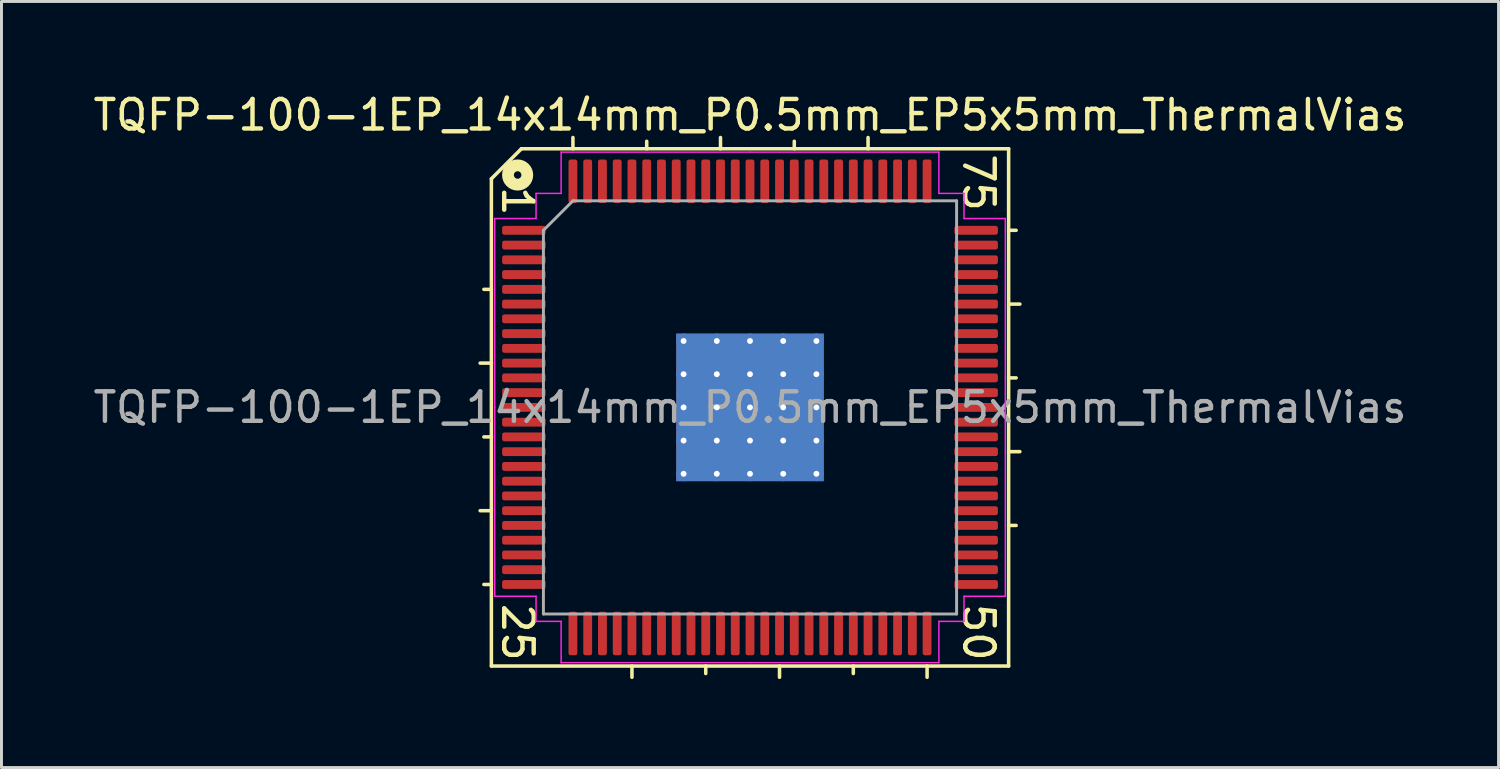
<source format=kicad_pcb>
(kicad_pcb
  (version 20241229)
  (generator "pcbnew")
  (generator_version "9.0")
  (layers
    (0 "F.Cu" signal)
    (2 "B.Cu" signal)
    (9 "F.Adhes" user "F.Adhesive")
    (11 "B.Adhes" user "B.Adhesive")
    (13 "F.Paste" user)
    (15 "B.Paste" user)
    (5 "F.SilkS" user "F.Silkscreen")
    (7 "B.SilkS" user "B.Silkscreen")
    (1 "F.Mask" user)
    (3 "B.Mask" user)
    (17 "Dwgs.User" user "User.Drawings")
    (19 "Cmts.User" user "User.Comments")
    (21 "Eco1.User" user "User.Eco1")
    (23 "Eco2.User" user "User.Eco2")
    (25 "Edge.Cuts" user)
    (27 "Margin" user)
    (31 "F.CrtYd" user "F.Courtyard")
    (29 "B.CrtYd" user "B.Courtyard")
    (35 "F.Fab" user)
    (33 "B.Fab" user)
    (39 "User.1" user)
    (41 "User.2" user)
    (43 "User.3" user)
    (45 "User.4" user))
  (footprint "TQFP-100-1EP_14x14mm_P0.5mm_EP5x5mm_ThermalVias"
    (layer "F.Cu")
    (at 22.363 10.754)
    (property "Reference" "TQFP-100-1EP_14x14mm_P0.5mm_EP5x5mm_ThermalVias" (at 0 -9.906 0) (layer "F.SilkS") (effects (font (size 1 1) (thickness 0.15))))
    (attr smd)
    (fp_line (start -8.763 -7.747) (end -8.763 8.763) (stroke (width 0.12) (type solid)) (layer "F.SilkS"))
    (fp_line (start -8.763 -4) (end -9.017 -4) (stroke (width 0.12) (type solid)) (layer "F.SilkS"))
    (fp_line (start -8.763 -1.5) (end -9.144 -1.5) (stroke (width 0.12) (type solid)) (layer "F.SilkS"))
    (fp_line (start -8.763 1) (end -9.017 1) (stroke (width 0.12) (type solid)) (layer "F.SilkS"))
    (fp_line (start -8.763 3.5) (end -9.144 3.5) (stroke (width 0.12) (type solid)) (layer "F.SilkS"))
    (fp_line (start -8.763 6) (end -9.017 6) (stroke (width 0.12) (type solid)) (layer "F.SilkS"))
    (fp_line (start -8.763 8.763) (end 8.763 8.763) (stroke (width 0.12) (type solid)) (layer "F.SilkS"))
    (fp_line (start -7.747 -8.763) (end -8.763 -7.747) (stroke (width 0.12) (type solid)) (layer "F.SilkS"))
    (fp_line (start -6 -8.763) (end -6 -9.144) (stroke (width 0.12) (type solid)) (layer "F.SilkS"))
    (fp_line (start -4 8.763) (end -4 9.144) (stroke (width 0.12) (type solid)) (layer "F.SilkS"))
    (fp_line (start -3.5 -8.763) (end -3.5 -9.017) (stroke (width 0.12) (type solid)) (layer "F.SilkS"))
    (fp_line (start -1.5 8.763) (end -1.5 9.017) (stroke (width 0.12) (type solid)) (layer "F.SilkS"))
    (fp_line (start -1 -8.763) (end -1 -9.144) (stroke (width 0.12) (type solid)) (layer "F.SilkS"))
    (fp_line (start 1 8.763) (end 1 9.144) (stroke (width 0.12) (type solid)) (layer "F.SilkS"))
    (fp_line (start 1.5 -8.763) (end 1.5 -9.017) (stroke (width 0.12) (type solid)) (layer "F.SilkS"))
    (fp_line (start 3.5 8.763) (end 3.5 9.017) (stroke (width 0.12) (type solid)) (layer "F.SilkS"))
    (fp_line (start 4 -8.763) (end 4 -9.144) (stroke (width 0.12) (type solid)) (layer "F.SilkS"))
    (fp_line (start 6 8.763) (end 6 9.144) (stroke (width 0.12) (type solid)) (layer "F.SilkS"))
    (fp_line (start 8.763 -8.763) (end -7.747 -8.763) (stroke (width 0.12) (type solid)) (layer "F.SilkS"))
    (fp_line (start 8.763 -6) (end 9.017 -6) (stroke (width 0.12) (type solid)) (layer "F.SilkS"))
    (fp_line (start 8.763 -3.5) (end 9.144 -3.5) (stroke (width 0.12) (type solid)) (layer "F.SilkS"))
    (fp_line (start 8.763 -1) (end 9.017 -1) (stroke (width 0.12) (type solid)) (layer "F.SilkS"))
    (fp_line (start 8.763 1.5) (end 9.144 1.5) (stroke (width 0.12) (type solid)) (layer "F.SilkS"))
    (fp_line (start 8.763 4) (end 9.017 4) (stroke (width 0.12) (type solid)) (layer "F.SilkS"))
    (fp_line (start 8.763 8.763) (end 8.763 -8.763) (stroke (width 0.12) (type solid)) (layer "F.SilkS"))
    (fp_circle (center -7.874 -7.874) (end -7.747 -7.874) (stroke (width 0.4) (type solid)) (fill no) (layer "F.SilkS"))
    (fp_line (start -8.65 -6.4) (end -8.65 0) (stroke (width 0.05) (type solid)) (layer "F.CrtYd"))
    (fp_line (start -8.65 6.4) (end -8.65 0) (stroke (width 0.05) (type solid)) (layer "F.CrtYd"))
    (fp_line (start -7.25 -7.25) (end -7.25 -6.4) (stroke (width 0.05) (type solid)) (layer "F.CrtYd"))
    (fp_line (start -7.25 -6.4) (end -8.65 -6.4) (stroke (width 0.05) (type solid)) (layer "F.CrtYd"))
    (fp_line (start -7.25 6.4) (end -8.65 6.4) (stroke (width 0.05) (type solid)) (layer "F.CrtYd"))
    (fp_line (start -7.25 7.25) (end -7.25 6.4) (stroke (width 0.05) (type solid)) (layer "F.CrtYd"))
    (fp_line (start -6.4 -8.65) (end -6.4 -7.25) (stroke (width 0.05) (type solid)) (layer "F.CrtYd"))
    (fp_line (start -6.4 -7.25) (end -7.25 -7.25) (stroke (width 0.05) (type solid)) (layer "F.CrtYd"))
    (fp_line (start -6.4 7.25) (end -7.25 7.25) (stroke (width 0.05) (type solid)) (layer "F.CrtYd"))
    (fp_line (start -6.4 8.65) (end -6.4 7.25) (stroke (width 0.05) (type solid)) (layer "F.CrtYd"))
    (fp_line (start 0 -8.65) (end -6.4 -8.65) (stroke (width 0.05) (type solid)) (layer "F.CrtYd"))
    (fp_line (start 0 -8.65) (end 6.4 -8.65) (stroke (width 0.05) (type solid)) (layer "F.CrtYd"))
    (fp_line (start 0 8.65) (end -6.4 8.65) (stroke (width 0.05) (type solid)) (layer "F.CrtYd"))
    (fp_line (start 0 8.65) (end 6.4 8.65) (stroke (width 0.05) (type solid)) (layer "F.CrtYd"))
    (fp_line (start 6.4 -8.65) (end 6.4 -7.25) (stroke (width 0.05) (type solid)) (layer "F.CrtYd"))
    (fp_line (start 6.4 -7.25) (end 7.25 -7.25) (stroke (width 0.05) (type solid)) (layer "F.CrtYd"))
    (fp_line (start 6.4 7.25) (end 7.25 7.25) (stroke (width 0.05) (type solid)) (layer "F.CrtYd"))
    (fp_line (start 6.4 8.65) (end 6.4 7.25) (stroke (width 0.05) (type solid)) (layer "F.CrtYd"))
    (fp_line (start 7.25 -7.25) (end 7.25 -6.4) (stroke (width 0.05) (type solid)) (layer "F.CrtYd"))
    (fp_line (start 7.25 -6.4) (end 8.65 -6.4) (stroke (width 0.05) (type solid)) (layer "F.CrtYd"))
    (fp_line (start 7.25 6.4) (end 8.65 6.4) (stroke (width 0.05) (type solid)) (layer "F.CrtYd"))
    (fp_line (start 7.25 7.25) (end 7.25 6.4) (stroke (width 0.05) (type solid)) (layer "F.CrtYd"))
    (fp_line (start 8.65 -6.4) (end 8.65 0) (stroke (width 0.05) (type solid)) (layer "F.CrtYd"))
    (fp_line (start 8.65 6.4) (end 8.65 0) (stroke (width 0.05) (type solid)) (layer "F.CrtYd"))
    (fp_line (start -7 -6) (end -6 -7) (stroke (width 0.1) (type solid)) (layer "F.Fab"))
    (fp_line (start -7 7) (end -7 -6) (stroke (width 0.1) (type solid)) (layer "F.Fab"))
    (fp_line (start -6 -7) (end 7 -7) (stroke (width 0.1) (type solid)) (layer "F.Fab"))
    (fp_line (start 7 -7) (end 7 7) (stroke (width 0.1) (type solid)) (layer "F.Fab"))
    (fp_line (start 7 7) (end -7 7) (stroke (width 0.1) (type solid)) (layer "F.Fab"))
    (fp_text user "75" (at 7.747 -7.62 270) (unlocked yes) (layer "F.SilkS") (effects (font (size 1 1) (thickness 0.15))))
    (fp_text user "50" (at 7.747 7.62 270) (unlocked yes) (layer "F.SilkS") (effects (font (size 1 1) (thickness 0.15))))
    (fp_text user "1" (at -7.874 -6.985 270) (unlocked yes) (layer "F.SilkS") (effects (font (size 1 1) (thickness 0.15))))
    (fp_text user "25" (at -7.874 7.62 270) (unlocked yes) (layer "F.SilkS") (effects (font (size 1 1) (thickness 0.15))))
    (fp_text user "${REFERENCE}" (at 0 0 0) (layer "F.Fab") (effects (font (size 1 1) (thickness 0.15))))
    (pad "" smd custom (at -1.688 -1.688) (size 0.891 0.891) (layers "F.Paste") (options (anchor circle)) (primitives (gr_poly (pts (xy 0.387 -0.29) (xy 0.387 0.29) (xy 0.29 0.387) (xy -0.29 0.387) (xy -0.387 0.29) (xy -0.387 -0.29) (xy -0.29 -0.387) (xy 0.29 -0.387)) (width 0.234) (fill yes))))
    (pad "" smd custom (at -1.688 -0.562) (size 0.891 0.891) (layers "F.Paste") (options (anchor circle)) (primitives (gr_poly (pts (xy 0.387 -0.29) (xy 0.387 0.29) (xy 0.29 0.387) (xy -0.29 0.387) (xy -0.387 0.29) (xy -0.387 -0.29) (xy -0.29 -0.387) (xy 0.29 -0.387)) (width 0.234) (fill yes))))
    (pad "" smd custom (at -1.688 0.562) (size 0.891 0.891) (layers "F.Paste") (options (anchor circle)) (primitives (gr_poly (pts (xy 0.387 -0.29) (xy 0.387 0.29) (xy 0.29 0.387) (xy -0.29 0.387) (xy -0.387 0.29) (xy -0.387 -0.29) (xy -0.29 -0.387) (xy 0.29 -0.387)) (width 0.234) (fill yes))))
    (pad "" smd custom (at -1.688 1.688) (size 0.891 0.891) (layers "F.Paste") (options (anchor circle)) (primitives (gr_poly (pts (xy 0.387 -0.29) (xy 0.387 0.29) (xy 0.29 0.387) (xy -0.29 0.387) (xy -0.387 0.29) (xy -0.387 -0.29) (xy -0.29 -0.387) (xy 0.29 -0.387)) (width 0.234) (fill yes))))
    (pad "" smd custom (at -0.562 -1.688) (size 0.891 0.891) (layers "F.Paste") (options (anchor circle)) (primitives (gr_poly (pts (xy 0.387 -0.29) (xy 0.387 0.29) (xy 0.29 0.387) (xy -0.29 0.387) (xy -0.387 0.29) (xy -0.387 -0.29) (xy -0.29 -0.387) (xy 0.29 -0.387)) (width 0.234) (fill yes))))
    (pad "" smd custom (at -0.562 -0.562) (size 0.891 0.891) (layers "F.Paste") (options (anchor circle)) (primitives (gr_poly (pts (xy 0.387 -0.29) (xy 0.387 0.29) (xy 0.29 0.387) (xy -0.29 0.387) (xy -0.387 0.29) (xy -0.387 -0.29) (xy -0.29 -0.387) (xy 0.29 -0.387)) (width 0.234) (fill yes))))
    (pad "" smd custom (at -0.562 0.562) (size 0.891 0.891) (layers "F.Paste") (options (anchor circle)) (primitives (gr_poly (pts (xy 0.387 -0.29) (xy 0.387 0.29) (xy 0.29 0.387) (xy -0.29 0.387) (xy -0.387 0.29) (xy -0.387 -0.29) (xy -0.29 -0.387) (xy 0.29 -0.387)) (width 0.234) (fill yes))))
    (pad "" smd custom (at -0.562 1.688) (size 0.891 0.891) (layers "F.Paste") (options (anchor circle)) (primitives (gr_poly (pts (xy 0.387 -0.29) (xy 0.387 0.29) (xy 0.29 0.387) (xy -0.29 0.387) (xy -0.387 0.29) (xy -0.387 -0.29) (xy -0.29 -0.387) (xy 0.29 -0.387)) (width 0.234) (fill yes))))
    (pad "" smd custom (at 0.562 -1.688) (size 0.891 0.891) (layers "F.Paste") (options (anchor circle)) (primitives (gr_poly (pts (xy 0.387 -0.29) (xy 0.387 0.29) (xy 0.29 0.387) (xy -0.29 0.387) (xy -0.387 0.29) (xy -0.387 -0.29) (xy -0.29 -0.387) (xy 0.29 -0.387)) (width 0.234) (fill yes))))
    (pad "" smd custom (at 0.562 -0.562) (size 0.891 0.891) (layers "F.Paste") (options (anchor circle)) (primitives (gr_poly (pts (xy 0.387 -0.29) (xy 0.387 0.29) (xy 0.29 0.387) (xy -0.29 0.387) (xy -0.387 0.29) (xy -0.387 -0.29) (xy -0.29 -0.387) (xy 0.29 -0.387)) (width 0.234) (fill yes))))
    (pad "" smd custom (at 0.562 0.562) (size 0.891 0.891) (layers "F.Paste") (options (anchor circle)) (primitives (gr_poly (pts (xy 0.387 -0.29) (xy 0.387 0.29) (xy 0.29 0.387) (xy -0.29 0.387) (xy -0.387 0.29) (xy -0.387 -0.29) (xy -0.29 -0.387) (xy 0.29 -0.387)) (width 0.234) (fill yes))))
    (pad "" smd custom (at 0.562 1.688) (size 0.891 0.891) (layers "F.Paste") (options (anchor circle)) (primitives (gr_poly (pts (xy 0.387 -0.29) (xy 0.387 0.29) (xy 0.29 0.387) (xy -0.29 0.387) (xy -0.387 0.29) (xy -0.387 -0.29) (xy -0.29 -0.387) (xy 0.29 -0.387)) (width 0.234) (fill yes))))
    (pad "" smd custom (at 1.688 -1.688) (size 0.891 0.891) (layers "F.Paste") (options (anchor circle)) (primitives (gr_poly (pts (xy 0.387 -0.29) (xy 0.387 0.29) (xy 0.29 0.387) (xy -0.29 0.387) (xy -0.387 0.29) (xy -0.387 -0.29) (xy -0.29 -0.387) (xy 0.29 -0.387)) (width 0.234) (fill yes))))
    (pad "" smd custom (at 1.688 -0.562) (size 0.891 0.891) (layers "F.Paste") (options (anchor circle)) (primitives (gr_poly (pts (xy 0.387 -0.29) (xy 0.387 0.29) (xy 0.29 0.387) (xy -0.29 0.387) (xy -0.387 0.29) (xy -0.387 -0.29) (xy -0.29 -0.387) (xy 0.29 -0.387)) (width 0.234) (fill yes))))
    (pad "" smd custom (at 1.688 0.562) (size 0.891 0.891) (layers "F.Paste") (options (anchor circle)) (primitives (gr_poly (pts (xy 0.387 -0.29) (xy 0.387 0.29) (xy 0.29 0.387) (xy -0.29 0.387) (xy -0.387 0.29) (xy -0.387 -0.29) (xy -0.29 -0.387) (xy 0.29 -0.387)) (width 0.234) (fill yes))))
    (pad "" smd custom (at 1.688 1.688) (size 0.891 0.891) (layers "F.Paste") (options (anchor circle)) (primitives (gr_poly (pts (xy 0.387 -0.29) (xy 0.387 0.29) (xy 0.29 0.387) (xy -0.29 0.387) (xy -0.387 0.29) (xy -0.387 -0.29) (xy -0.29 -0.387) (xy 0.29 -0.387)) (width 0.234) (fill yes))))
    (pad "1" smd roundrect (at -7.662 -6) (size 1.475 0.3) (layers "F.Cu" "F.Mask" "F.Paste") (roundrect_rratio 0.25))
    (pad "2" smd roundrect (at -7.662 -5.5) (size 1.475 0.3) (layers "F.Cu" "F.Mask" "F.Paste") (roundrect_rratio 0.25))
    (pad "3" smd roundrect (at -7.662 -5) (size 1.475 0.3) (layers "F.Cu" "F.Mask" "F.Paste") (roundrect_rratio 0.25))
    (pad "4" smd roundrect (at -7.662 -4.5) (size 1.475 0.3) (layers "F.Cu" "F.Mask" "F.Paste") (roundrect_rratio 0.25))
    (pad "5" smd roundrect (at -7.662 -4) (size 1.475 0.3) (layers "F.Cu" "F.Mask" "F.Paste") (roundrect_rratio 0.25))
    (pad "6" smd roundrect (at -7.662 -3.5) (size 1.475 0.3) (layers "F.Cu" "F.Mask" "F.Paste") (roundrect_rratio 0.25))
    (pad "7" smd roundrect (at -7.662 -3) (size 1.475 0.3) (layers "F.Cu" "F.Mask" "F.Paste") (roundrect_rratio 0.25))
    (pad "8" smd roundrect (at -7.662 -2.5) (size 1.475 0.3) (layers "F.Cu" "F.Mask" "F.Paste") (roundrect_rratio 0.25))
    (pad "9" smd roundrect (at -7.662 -2) (size 1.475 0.3) (layers "F.Cu" "F.Mask" "F.Paste") (roundrect_rratio 0.25))
    (pad "10" smd roundrect (at -7.662 -1.5) (size 1.475 0.3) (layers "F.Cu" "F.Mask" "F.Paste") (roundrect_rratio 0.25))
    (pad "11" smd roundrect (at -7.662 -1) (size 1.475 0.3) (layers "F.Cu" "F.Mask" "F.Paste") (roundrect_rratio 0.25))
    (pad "12" smd roundrect (at -7.662 -0.5) (size 1.475 0.3) (layers "F.Cu" "F.Mask" "F.Paste") (roundrect_rratio 0.25))
    (pad "13" smd roundrect (at -7.662 0) (size 1.475 0.3) (layers "F.Cu" "F.Mask" "F.Paste") (roundrect_rratio 0.25))
    (pad "14" smd roundrect (at -7.662 0.5) (size 1.475 0.3) (layers "F.Cu" "F.Mask" "F.Paste") (roundrect_rratio 0.25))
    (pad "15" smd roundrect (at -7.662 1) (size 1.475 0.3) (layers "F.Cu" "F.Mask" "F.Paste") (roundrect_rratio 0.25))
    (pad "16" smd roundrect (at -7.662 1.5) (size 1.475 0.3) (layers "F.Cu" "F.Mask" "F.Paste") (roundrect_rratio 0.25))
    (pad "17" smd roundrect (at -7.662 2) (size 1.475 0.3) (layers "F.Cu" "F.Mask" "F.Paste") (roundrect_rratio 0.25))
    (pad "18" smd roundrect (at -7.662 2.5) (size 1.475 0.3) (layers "F.Cu" "F.Mask" "F.Paste") (roundrect_rratio 0.25))
    (pad "19" smd roundrect (at -7.662 3) (size 1.475 0.3) (layers "F.Cu" "F.Mask" "F.Paste") (roundrect_rratio 0.25))
    (pad "20" smd roundrect (at -7.662 3.5) (size 1.475 0.3) (layers "F.Cu" "F.Mask" "F.Paste") (roundrect_rratio 0.25))
    (pad "21" smd roundrect (at -7.662 4) (size 1.475 0.3) (layers "F.Cu" "F.Mask" "F.Paste") (roundrect_rratio 0.25))
    (pad "22" smd roundrect (at -7.662 4.5) (size 1.475 0.3) (layers "F.Cu" "F.Mask" "F.Paste") (roundrect_rratio 0.25))
    (pad "23" smd roundrect (at -7.662 5) (size 1.475 0.3) (layers "F.Cu" "F.Mask" "F.Paste") (roundrect_rratio 0.25))
    (pad "24" smd roundrect (at -7.662 5.5) (size 1.475 0.3) (layers "F.Cu" "F.Mask" "F.Paste") (roundrect_rratio 0.25))
    (pad "25" smd roundrect (at -7.662 6) (size 1.475 0.3) (layers "F.Cu" "F.Mask" "F.Paste") (roundrect_rratio 0.25))
    (pad "26" smd roundrect (at -6 7.662) (size 0.3 1.475) (layers "F.Cu" "F.Mask" "F.Paste") (roundrect_rratio 0.25))
    (pad "27" smd roundrect (at -5.5 7.662) (size 0.3 1.475) (layers "F.Cu" "F.Mask" "F.Paste") (roundrect_rratio 0.25))
    (pad "28" smd roundrect (at -5 7.662) (size 0.3 1.475) (layers "F.Cu" "F.Mask" "F.Paste") (roundrect_rratio 0.25))
    (pad "29" smd roundrect (at -4.5 7.662) (size 0.3 1.475) (layers "F.Cu" "F.Mask" "F.Paste") (roundrect_rratio 0.25))
    (pad "30" smd roundrect (at -4 7.662) (size 0.3 1.475) (layers "F.Cu" "F.Mask" "F.Paste") (roundrect_rratio 0.25))
    (pad "31" smd roundrect (at -3.5 7.662) (size 0.3 1.475) (layers "F.Cu" "F.Mask" "F.Paste") (roundrect_rratio 0.25))
    (pad "32" smd roundrect (at -3 7.662) (size 0.3 1.475) (layers "F.Cu" "F.Mask" "F.Paste") (roundrect_rratio 0.25))
    (pad "33" smd roundrect (at -2.5 7.662) (size 0.3 1.475) (layers "F.Cu" "F.Mask" "F.Paste") (roundrect_rratio 0.25))
    (pad "34" smd roundrect (at -2 7.662) (size 0.3 1.475) (layers "F.Cu" "F.Mask" "F.Paste") (roundrect_rratio 0.25))
    (pad "35" smd roundrect (at -1.5 7.662) (size 0.3 1.475) (layers "F.Cu" "F.Mask" "F.Paste") (roundrect_rratio 0.25))
    (pad "36" smd roundrect (at -1 7.662) (size 0.3 1.475) (layers "F.Cu" "F.Mask" "F.Paste") (roundrect_rratio 0.25))
    (pad "37" smd roundrect (at -0.5 7.662) (size 0.3 1.475) (layers "F.Cu" "F.Mask" "F.Paste") (roundrect_rratio 0.25))
    (pad "38" smd roundrect (at 0 7.662) (size 0.3 1.475) (layers "F.Cu" "F.Mask" "F.Paste") (roundrect_rratio 0.25))
    (pad "39" smd roundrect (at 0.5 7.662) (size 0.3 1.475) (layers "F.Cu" "F.Mask" "F.Paste") (roundrect_rratio 0.25))
    (pad "40" smd roundrect (at 1 7.662) (size 0.3 1.475) (layers "F.Cu" "F.Mask" "F.Paste") (roundrect_rratio 0.25))
    (pad "41" smd roundrect (at 1.5 7.662) (size 0.3 1.475) (layers "F.Cu" "F.Mask" "F.Paste") (roundrect_rratio 0.25))
    (pad "42" smd roundrect (at 2 7.662) (size 0.3 1.475) (layers "F.Cu" "F.Mask" "F.Paste") (roundrect_rratio 0.25))
    (pad "43" smd roundrect (at 2.5 7.662) (size 0.3 1.475) (layers "F.Cu" "F.Mask" "F.Paste") (roundrect_rratio 0.25))
    (pad "44" smd roundrect (at 3 7.662) (size 0.3 1.475) (layers "F.Cu" "F.Mask" "F.Paste") (roundrect_rratio 0.25))
    (pad "45" smd roundrect (at 3.5 7.662) (size 0.3 1.475) (layers "F.Cu" "F.Mask" "F.Paste") (roundrect_rratio 0.25))
    (pad "46" smd roundrect (at 4 7.662) (size 0.3 1.475) (layers "F.Cu" "F.Mask" "F.Paste") (roundrect_rratio 0.25))
    (pad "47" smd roundrect (at 4.5 7.662) (size 0.3 1.475) (layers "F.Cu" "F.Mask" "F.Paste") (roundrect_rratio 0.25))
    (pad "48" smd roundrect (at 5 7.662) (size 0.3 1.475) (layers "F.Cu" "F.Mask" "F.Paste") (roundrect_rratio 0.25))
    (pad "49" smd roundrect (at 5.5 7.662) (size 0.3 1.475) (layers "F.Cu" "F.Mask" "F.Paste") (roundrect_rratio 0.25))
    (pad "50" smd roundrect (at 6 7.662) (size 0.3 1.475) (layers "F.Cu" "F.Mask" "F.Paste") (roundrect_rratio 0.25))
    (pad "51" smd roundrect (at 7.662 6) (size 1.475 0.3) (layers "F.Cu" "F.Mask" "F.Paste") (roundrect_rratio 0.25))
    (pad "52" smd roundrect (at 7.662 5.5) (size 1.475 0.3) (layers "F.Cu" "F.Mask" "F.Paste") (roundrect_rratio 0.25))
    (pad "53" smd roundrect (at 7.662 5) (size 1.475 0.3) (layers "F.Cu" "F.Mask" "F.Paste") (roundrect_rratio 0.25))
    (pad "54" smd roundrect (at 7.662 4.5) (size 1.475 0.3) (layers "F.Cu" "F.Mask" "F.Paste") (roundrect_rratio 0.25))
    (pad "55" smd roundrect (at 7.662 4) (size 1.475 0.3) (layers "F.Cu" "F.Mask" "F.Paste") (roundrect_rratio 0.25))
    (pad "56" smd roundrect (at 7.662 3.5) (size 1.475 0.3) (layers "F.Cu" "F.Mask" "F.Paste") (roundrect_rratio 0.25))
    (pad "57" smd roundrect (at 7.662 3) (size 1.475 0.3) (layers "F.Cu" "F.Mask" "F.Paste") (roundrect_rratio 0.25))
    (pad "58" smd roundrect (at 7.662 2.5) (size 1.475 0.3) (layers "F.Cu" "F.Mask" "F.Paste") (roundrect_rratio 0.25))
    (pad "59" smd roundrect (at 7.662 2) (size 1.475 0.3) (layers "F.Cu" "F.Mask" "F.Paste") (roundrect_rratio 0.25))
    (pad "60" smd roundrect (at 7.662 1.5) (size 1.475 0.3) (layers "F.Cu" "F.Mask" "F.Paste") (roundrect_rratio 0.25))
    (pad "61" smd roundrect (at 7.662 1) (size 1.475 0.3) (layers "F.Cu" "F.Mask" "F.Paste") (roundrect_rratio 0.25))
    (pad "62" smd roundrect (at 7.662 0.5) (size 1.475 0.3) (layers "F.Cu" "F.Mask" "F.Paste") (roundrect_rratio 0.25))
    (pad "63" smd roundrect (at 7.662 0) (size 1.475 0.3) (layers "F.Cu" "F.Mask" "F.Paste") (roundrect_rratio 0.25))
    (pad "64" smd roundrect (at 7.662 -0.5) (size 1.475 0.3) (layers "F.Cu" "F.Mask" "F.Paste") (roundrect_rratio 0.25))
    (pad "65" smd roundrect (at 7.662 -1) (size 1.475 0.3) (layers "F.Cu" "F.Mask" "F.Paste") (roundrect_rratio 0.25))
    (pad "66" smd roundrect (at 7.662 -1.5) (size 1.475 0.3) (layers "F.Cu" "F.Mask" "F.Paste") (roundrect_rratio 0.25))
    (pad "67" smd roundrect (at 7.662 -2) (size 1.475 0.3) (layers "F.Cu" "F.Mask" "F.Paste") (roundrect_rratio 0.25))
    (pad "68" smd roundrect (at 7.662 -2.5) (size 1.475 0.3) (layers "F.Cu" "F.Mask" "F.Paste") (roundrect_rratio 0.25))
    (pad "69" smd roundrect (at 7.662 -3) (size 1.475 0.3) (layers "F.Cu" "F.Mask" "F.Paste") (roundrect_rratio 0.25))
    (pad "70" smd roundrect (at 7.662 -3.5) (size 1.475 0.3) (layers "F.Cu" "F.Mask" "F.Paste") (roundrect_rratio 0.25))
    (pad "71" smd roundrect (at 7.662 -4) (size 1.475 0.3) (layers "F.Cu" "F.Mask" "F.Paste") (roundrect_rratio 0.25))
    (pad "72" smd roundrect (at 7.662 -4.5) (size 1.475 0.3) (layers "F.Cu" "F.Mask" "F.Paste") (roundrect_rratio 0.25))
    (pad "73" smd roundrect (at 7.662 -5) (size 1.475 0.3) (layers "F.Cu" "F.Mask" "F.Paste") (roundrect_rratio 0.25))
    (pad "74" smd roundrect (at 7.662 -5.5) (size 1.475 0.3) (layers "F.Cu" "F.Mask" "F.Paste") (roundrect_rratio 0.25))
    (pad "75" smd roundrect (at 7.662 -6) (size 1.475 0.3) (layers "F.Cu" "F.Mask" "F.Paste") (roundrect_rratio 0.25))
    (pad "76" smd roundrect (at 6 -7.662) (size 0.3 1.475) (layers "F.Cu" "F.Mask" "F.Paste") (roundrect_rratio 0.25))
    (pad "77" smd roundrect (at 5.5 -7.662) (size 0.3 1.475) (layers "F.Cu" "F.Mask" "F.Paste") (roundrect_rratio 0.25))
    (pad "78" smd roundrect (at 5 -7.662) (size 0.3 1.475) (layers "F.Cu" "F.Mask" "F.Paste") (roundrect_rratio 0.25))
    (pad "79" smd roundrect (at 4.5 -7.662) (size 0.3 1.475) (layers "F.Cu" "F.Mask" "F.Paste") (roundrect_rratio 0.25))
    (pad "80" smd roundrect (at 4 -7.662) (size 0.3 1.475) (layers "F.Cu" "F.Mask" "F.Paste") (roundrect_rratio 0.25))
    (pad "81" smd roundrect (at 3.5 -7.662) (size 0.3 1.475) (layers "F.Cu" "F.Mask" "F.Paste") (roundrect_rratio 0.25))
    (pad "82" smd roundrect (at 3 -7.662) (size 0.3 1.475) (layers "F.Cu" "F.Mask" "F.Paste") (roundrect_rratio 0.25))
    (pad "83" smd roundrect (at 2.5 -7.662) (size 0.3 1.475) (layers "F.Cu" "F.Mask" "F.Paste") (roundrect_rratio 0.25))
    (pad "84" smd roundrect (at 2 -7.662) (size 0.3 1.475) (layers "F.Cu" "F.Mask" "F.Paste") (roundrect_rratio 0.25))
    (pad "85" smd roundrect (at 1.5 -7.662) (size 0.3 1.475) (layers "F.Cu" "F.Mask" "F.Paste") (roundrect_rratio 0.25))
    (pad "86" smd roundrect (at 1 -7.662) (size 0.3 1.475) (layers "F.Cu" "F.Mask" "F.Paste") (roundrect_rratio 0.25))
    (pad "87" smd roundrect (at 0.5 -7.662) (size 0.3 1.475) (layers "F.Cu" "F.Mask" "F.Paste") (roundrect_rratio 0.25))
    (pad "88" smd roundrect (at 0 -7.662) (size 0.3 1.475) (layers "F.Cu" "F.Mask" "F.Paste") (roundrect_rratio 0.25))
    (pad "89" smd roundrect (at -0.5 -7.662) (size 0.3 1.475) (layers "F.Cu" "F.Mask" "F.Paste") (roundrect_rratio 0.25))
    (pad "90" smd roundrect (at -1 -7.662) (size 0.3 1.475) (layers "F.Cu" "F.Mask" "F.Paste") (roundrect_rratio 0.25))
    (pad "91" smd roundrect (at -1.5 -7.662) (size 0.3 1.475) (layers "F.Cu" "F.Mask" "F.Paste") (roundrect_rratio 0.25))
    (pad "92" smd roundrect (at -2 -7.662) (size 0.3 1.475) (layers "F.Cu" "F.Mask" "F.Paste") (roundrect_rratio 0.25))
    (pad "93" smd roundrect (at -2.5 -7.662) (size 0.3 1.475) (layers "F.Cu" "F.Mask" "F.Paste") (roundrect_rratio 0.25))
    (pad "94" smd roundrect (at -3 -7.662) (size 0.3 1.475) (layers "F.Cu" "F.Mask" "F.Paste") (roundrect_rratio 0.25))
    (pad "95" smd roundrect (at -3.5 -7.662) (size 0.3 1.475) (layers "F.Cu" "F.Mask" "F.Paste") (roundrect_rratio 0.25))
    (pad "96" smd roundrect (at -4 -7.662) (size 0.3 1.475) (layers "F.Cu" "F.Mask" "F.Paste") (roundrect_rratio 0.25))
    (pad "97" smd roundrect (at -4.5 -7.662) (size 0.3 1.475) (layers "F.Cu" "F.Mask" "F.Paste") (roundrect_rratio 0.25))
    (pad "98" smd roundrect (at -5 -7.662) (size 0.3 1.475) (layers "F.Cu" "F.Mask" "F.Paste") (roundrect_rratio 0.25))
    (pad "99" smd roundrect (at -5.5 -7.662) (size 0.3 1.475) (layers "F.Cu" "F.Mask" "F.Paste") (roundrect_rratio 0.25))
    (pad "100" smd roundrect (at -6 -7.662) (size 0.3 1.475) (layers "F.Cu" "F.Mask" "F.Paste") (roundrect_rratio 0.25))
    (pad "101" thru_hole circle (at -2.25 -2.25) (size 0.5 0.5) (drill 0.2) (layers "*.Cu"))
    (pad "101" thru_hole circle (at -2.25 -1.125) (size 0.5 0.5) (drill 0.2) (layers "*.Cu"))
    (pad "101" thru_hole circle (at -2.25 0) (size 0.5 0.5) (drill 0.2) (layers "*.Cu"))
    (pad "101" thru_hole circle (at -2.25 1.125) (size 0.5 0.5) (drill 0.2) (layers "*.Cu"))
    (pad "101" thru_hole circle (at -2.25 2.25) (size 0.5 0.5) (drill 0.2) (layers "*.Cu"))
    (pad "101" thru_hole circle (at -1.125 -2.25) (size 0.5 0.5) (drill 0.2) (layers "*.Cu"))
    (pad "101" thru_hole circle (at -1.125 -1.125) (size 0.5 0.5) (drill 0.2) (layers "*.Cu"))
    (pad "101" thru_hole circle (at -1.125 0) (size 0.5 0.5) (drill 0.2) (layers "*.Cu"))
    (pad "101" thru_hole circle (at -1.125 1.125) (size 0.5 0.5) (drill 0.2) (layers "*.Cu"))
    (pad "101" thru_hole circle (at -1.125 2.25) (size 0.5 0.5) (drill 0.2) (layers "*.Cu"))
    (pad "101" thru_hole circle (at 0 -2.25) (size 0.5 0.5) (drill 0.2) (layers "*.Cu"))
    (pad "101" thru_hole circle (at 0 -1.125) (size 0.5 0.5) (drill 0.2) (layers "*.Cu"))
    (pad "101" thru_hole circle (at 0 0) (size 0.5 0.5) (drill 0.2) (layers "*.Cu"))
    (pad "101" smd rect (at 0 0) (size 5 5) (layers "F.Cu" "F.Mask"))
    (pad "101" smd rect (at 0 0) (size 5 5) (layers "B.Cu" "B.Mask"))
    (pad "101" thru_hole circle (at 0 1.125) (size 0.5 0.5) (drill 0.2) (layers "*.Cu"))
    (pad "101" thru_hole circle (at 0 2.25) (size 0.5 0.5) (drill 0.2) (layers "*.Cu"))
    (pad "101" thru_hole circle (at 1.125 -2.25) (size 0.5 0.5) (drill 0.2) (layers "*.Cu"))
    (pad "101" thru_hole circle (at 1.125 -1.125) (size 0.5 0.5) (drill 0.2) (layers "*.Cu"))
    (pad "101" thru_hole circle (at 1.125 0) (size 0.5 0.5) (drill 0.2) (layers "*.Cu"))
    (pad "101" thru_hole circle (at 1.125 1.125) (size 0.5 0.5) (drill 0.2) (layers "*.Cu"))
    (pad "101" thru_hole circle (at 1.125 2.25) (size 0.5 0.5) (drill 0.2) (layers "*.Cu"))
    (pad "101" thru_hole circle (at 2.25 -2.25) (size 0.5 0.5) (drill 0.2) (layers "*.Cu"))
    (pad "101" thru_hole circle (at 2.25 -1.125) (size 0.5 0.5) (drill 0.2) (layers "*.Cu"))
    (pad "101" thru_hole circle (at 2.25 0) (size 0.5 0.5) (drill 0.2) (layers "*.Cu"))
    (pad "101" thru_hole circle (at 2.25 1.125) (size 0.5 0.5) (drill 0.2) (layers "*.Cu"))
    (pad "101" thru_hole circle (at 2.25 2.25) (size 0.5 0.5) (drill 0.2) (layers "*.Cu")))
  (gr_rect
    (start -3 -3)
    (end 47.726 22.958)
    (stroke (width 0.1) (type default))
    (fill no)
    (layer "Edge.Cuts")))
</source>
